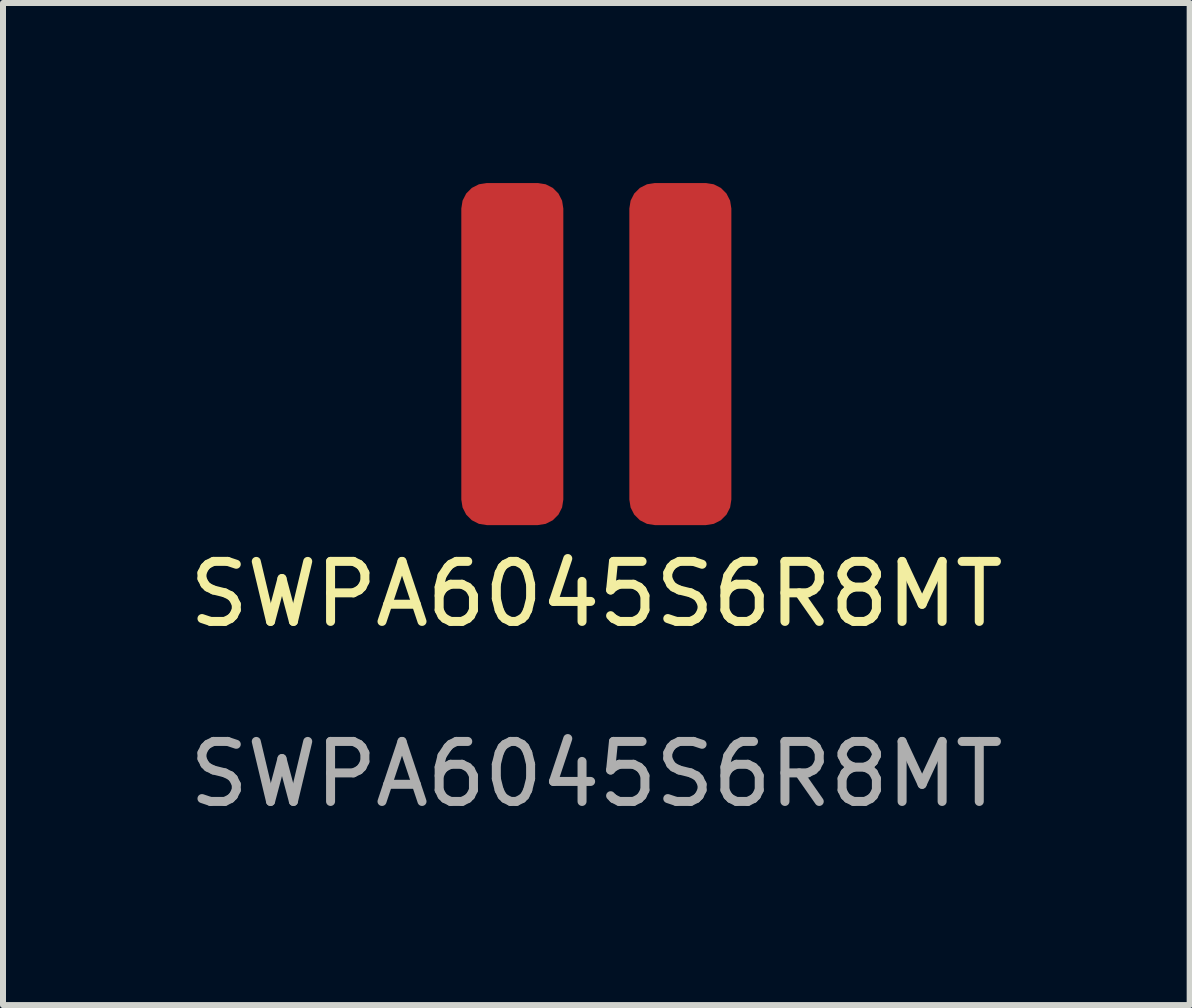
<source format=kicad_pcb>
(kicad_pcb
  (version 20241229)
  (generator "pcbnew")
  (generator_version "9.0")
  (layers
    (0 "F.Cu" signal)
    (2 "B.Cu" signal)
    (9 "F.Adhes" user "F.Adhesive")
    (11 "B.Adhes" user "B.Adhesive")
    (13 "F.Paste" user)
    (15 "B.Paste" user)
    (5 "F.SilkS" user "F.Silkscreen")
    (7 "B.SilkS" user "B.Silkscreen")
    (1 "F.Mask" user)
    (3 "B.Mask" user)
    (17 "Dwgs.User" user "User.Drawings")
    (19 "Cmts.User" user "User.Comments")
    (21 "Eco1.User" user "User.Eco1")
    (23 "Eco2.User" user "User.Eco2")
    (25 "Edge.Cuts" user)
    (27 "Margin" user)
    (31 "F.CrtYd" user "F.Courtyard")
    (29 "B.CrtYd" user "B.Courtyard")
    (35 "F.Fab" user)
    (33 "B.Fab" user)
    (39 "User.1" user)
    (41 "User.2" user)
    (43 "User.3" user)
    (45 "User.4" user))
  (footprint "SWPA6045S6R8MT"
    (layer "F.Cu")
    (at 6.887 2.85)
    (property "Reference" "SWPA6045S6R8MT" (at 0 4 0) (unlocked yes) (layer "F.SilkS") (effects (font (size 1 1) (thickness 0.15))))
    (attr smd)
    (fp_text user "${REFERENCE}" (at 0 7 0) (unlocked yes) (layer "F.Fab") (effects (font (size 1 1) (thickness 0.15))))
    (pad "1" smd roundrect (at 1.4 0) (size 1.7 5.7) (layers "F.Cu" "F.Mask" "F.Paste") (roundrect_rratio 0.25))
    (pad "2" smd roundrect (at -1.4 0) (size 1.7 5.7) (layers "F.Cu" "F.Mask" "F.Paste") (roundrect_rratio 0.25)))
  (gr_rect
    (start -3 -3)
    (end 16.774 13.698)
    (stroke (width 0.1) (type default))
    (fill no)
    (layer "Edge.Cuts")))
</source>
